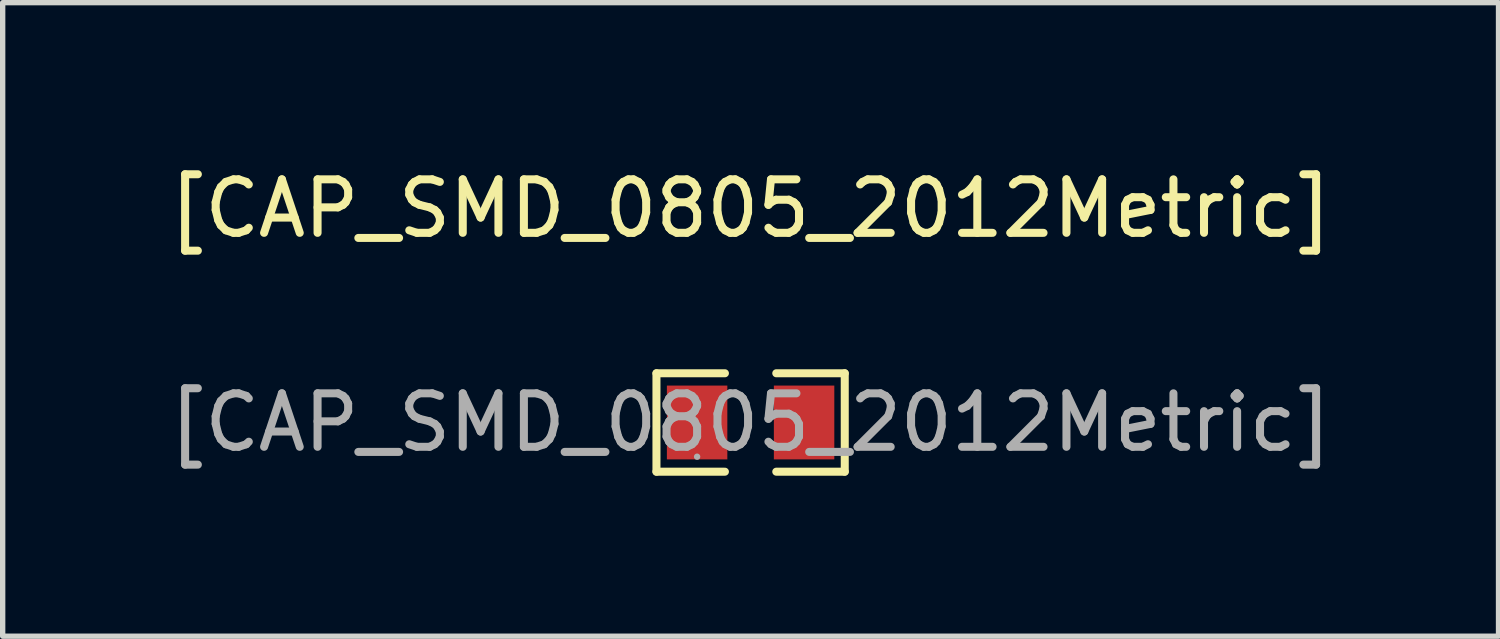
<source format=kicad_pcb>
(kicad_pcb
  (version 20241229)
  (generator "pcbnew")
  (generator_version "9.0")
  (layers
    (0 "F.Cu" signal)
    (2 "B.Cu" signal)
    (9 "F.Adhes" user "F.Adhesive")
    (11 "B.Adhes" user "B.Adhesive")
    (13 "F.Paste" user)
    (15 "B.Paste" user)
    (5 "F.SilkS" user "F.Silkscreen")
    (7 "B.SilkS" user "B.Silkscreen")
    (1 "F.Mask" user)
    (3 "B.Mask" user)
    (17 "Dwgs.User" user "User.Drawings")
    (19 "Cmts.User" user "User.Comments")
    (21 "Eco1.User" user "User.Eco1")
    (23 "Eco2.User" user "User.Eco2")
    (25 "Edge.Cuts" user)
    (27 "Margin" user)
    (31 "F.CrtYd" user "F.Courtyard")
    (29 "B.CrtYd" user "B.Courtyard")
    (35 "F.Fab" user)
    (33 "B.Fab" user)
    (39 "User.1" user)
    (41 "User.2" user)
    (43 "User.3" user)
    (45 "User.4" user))
  (footprint "[CAP_SMD_0805_2012Metric]"
    (layer "F.Cu")
    (at 10.982 4.848)
    (property "Reference" "[CAP_SMD_0805_2012Metric]" (at 0 -4 0) (layer "F.SilkS") (effects (font (size 1 1) (thickness 0.15))))
    (attr smd)
    (fp_line (start -1.76 -0.92) (end -0.48 -0.92) (stroke (width 0.15) (type solid)) (layer "F.SilkS"))
    (fp_line (start -1.76 0.92) (end -1.76 -0.92) (stroke (width 0.15) (type solid)) (layer "F.SilkS"))
    (fp_line (start -0.48 0.92) (end -1.76 0.92) (stroke (width 0.15) (type solid)) (layer "F.SilkS"))
    (fp_line (start 0.48 0.92) (end 1.76 0.92) (stroke (width 0.15) (type solid)) (layer "F.SilkS"))
    (fp_line (start 1.76 -0.92) (end 0.48 -0.92) (stroke (width 0.15) (type solid)) (layer "F.SilkS"))
    (fp_line (start 1.76 0.92) (end 1.76 -0.92) (stroke (width 0.15) (type solid)) (layer "F.SilkS"))
    (fp_circle (center -1 0.64) (end -0.97 0.64) (stroke (width 0.06) (type solid)) (fill no) (layer "F.Fab"))
    (fp_text user "${REFERENCE}" (at 0 0 0) (layer "F.Fab") (effects (font (size 1 1) (thickness 0.15))))
    (pad "1" smd rect (at -1 0) (size 1.13 1.38) (layers "F.Cu" "F.Mask" "F.Paste"))
    (pad "2" smd rect (at 1 0) (size 1.13 1.38) (layers "F.Cu" "F.Mask" "F.Paste")))
  (gr_rect
    (start -3 -3)
    (end 24.964 8.843)
    (stroke (width 0.1) (type default))
    (fill no)
    (layer "Edge.Cuts")))
</source>
